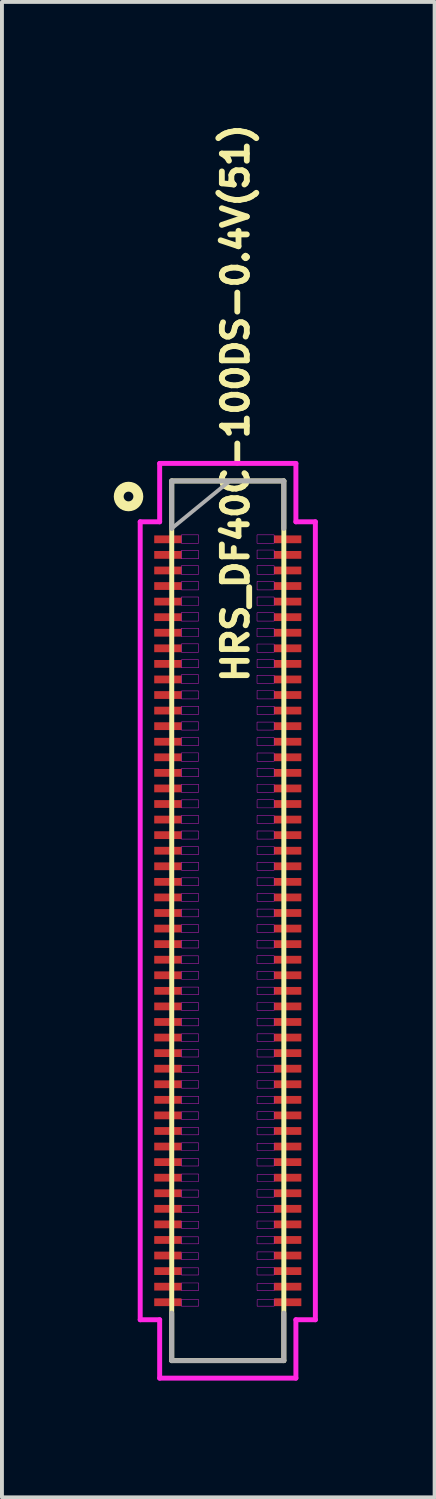
<source format=kicad_pcb>
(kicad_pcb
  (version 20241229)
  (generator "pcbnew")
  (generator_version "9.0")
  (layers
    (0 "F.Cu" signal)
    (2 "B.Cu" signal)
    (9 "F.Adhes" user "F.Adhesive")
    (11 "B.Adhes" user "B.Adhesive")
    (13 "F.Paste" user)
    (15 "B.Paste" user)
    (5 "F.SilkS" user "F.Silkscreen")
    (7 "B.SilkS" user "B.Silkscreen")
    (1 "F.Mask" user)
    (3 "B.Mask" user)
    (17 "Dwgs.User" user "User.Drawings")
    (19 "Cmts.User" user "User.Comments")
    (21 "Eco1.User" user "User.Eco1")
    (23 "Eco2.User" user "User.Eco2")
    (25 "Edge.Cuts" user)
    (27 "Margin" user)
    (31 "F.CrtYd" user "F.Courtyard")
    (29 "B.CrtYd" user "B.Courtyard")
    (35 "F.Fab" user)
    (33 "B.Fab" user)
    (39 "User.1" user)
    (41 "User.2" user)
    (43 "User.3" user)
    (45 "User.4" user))
  (footprint "HRS_DF40C-100DS-0.4V(51)"
    (layer "F.Cu")
    (at 2.852 20.606)
    (property "Reference" "HRS_DF40C-100DS-0.4V(51)" (at 0.15 -13.3 90) (layer "F.SilkS") (effects (font (size 0.641 0.641) (thickness 0.15))))
    (attr through_hole)
    (fp_line (start -1.49 -11.3) (end 1.39 -11.3) (stroke (width 0.127) (type solid)) (layer "F.SilkS"))
    (fp_line (start -1.49 11.3) (end -1.49 -11.3) (stroke (width 0.127) (type solid)) (layer "F.SilkS"))
    (fp_line (start 1.39 -11.3) (end 1.39 11.3) (stroke (width 0.127) (type solid)) (layer "F.SilkS"))
    (fp_line (start 1.39 11.3) (end -1.49 11.3) (stroke (width 0.127) (type solid)) (layer "F.SilkS"))
    (fp_circle (center -2.6 -10.9) (end -2.475 -10.9) (stroke (width 0.254) (type solid)) (fill no) (layer "F.SilkS"))
    (fp_line (start -2.3 -10.25) (end -2.3 10.25) (stroke (width 0.127) (type solid)) (layer "F.CrtYd"))
    (fp_line (start -2.3 10.25) (end -1.8 10.25) (stroke (width 0.127) (type solid)) (layer "F.CrtYd"))
    (fp_line (start -1.8 -11.75) (end -1.8 -10.25) (stroke (width 0.127) (type solid)) (layer "F.CrtYd"))
    (fp_line (start -1.8 -10.25) (end -2.3 -10.25) (stroke (width 0.127) (type solid)) (layer "F.CrtYd"))
    (fp_line (start -1.8 10.25) (end -1.8 11.75) (stroke (width 0.127) (type solid)) (layer "F.CrtYd"))
    (fp_line (start -1.8 11.75) (end 1.7 11.75) (stroke (width 0.127) (type solid)) (layer "F.CrtYd"))
    (fp_line (start 1.7 -11.75) (end -1.8 -11.75) (stroke (width 0.127) (type solid)) (layer "F.CrtYd"))
    (fp_line (start 1.7 -10.25) (end 1.7 -11.75) (stroke (width 0.127) (type solid)) (layer "F.CrtYd"))
    (fp_line (start 1.7 10.25) (end 2.2 10.25) (stroke (width 0.127) (type solid)) (layer "F.CrtYd"))
    (fp_line (start 1.7 11.75) (end 1.7 10.25) (stroke (width 0.127) (type solid)) (layer "F.CrtYd"))
    (fp_line (start 2.2 -10.25) (end 1.7 -10.25) (stroke (width 0.127) (type solid)) (layer "F.CrtYd"))
    (fp_line (start 2.2 10.25) (end 2.2 -10.25) (stroke (width 0.127) (type solid)) (layer "F.CrtYd"))
    (fp_poly (pts (xy -0.8 -9.914) (xy -0.8 -9.7) (xy -1.242 -9.7) (xy -1.242 -9.914)) (stroke (width 0.01) (type solid)) (fill no) (layer "F.CrtYd"))
    (fp_poly (pts (xy -0.8 -9.514) (xy -0.8 -9.3) (xy -1.242 -9.3) (xy -1.242 -9.514)) (stroke (width 0.01) (type solid)) (fill no) (layer "F.CrtYd"))
    (fp_poly (pts (xy -0.8 -9.122) (xy -0.8 -8.9) (xy -1.243 -8.9) (xy -1.243 -9.122)) (stroke (width 0.01) (type solid)) (fill no) (layer "F.CrtYd"))
    (fp_poly (pts (xy -0.8 -8.715) (xy -0.8 -8.5) (xy -1.242 -8.5) (xy -1.242 -8.715)) (stroke (width 0.01) (type solid)) (fill no) (layer "F.CrtYd"))
    (fp_poly (pts (xy -0.8 -8.319) (xy -0.8 -8.1) (xy -1.243 -8.1) (xy -1.243 -8.319)) (stroke (width 0.01) (type solid)) (fill no) (layer "F.CrtYd"))
    (fp_poly (pts (xy -0.8 -7.919) (xy -0.8 -7.7) (xy -1.243 -7.7) (xy -1.243 -7.919)) (stroke (width 0.01) (type solid)) (fill no) (layer "F.CrtYd"))
    (fp_poly (pts (xy -0.8 -7.517) (xy -0.8 -7.3) (xy -1.243 -7.3) (xy -1.243 -7.517)) (stroke (width 0.01) (type solid)) (fill no) (layer "F.CrtYd"))
    (fp_poly (pts (xy -0.8 -7.114) (xy -0.8 -6.9) (xy -1.242 -6.9) (xy -1.242 -7.114)) (stroke (width 0.01) (type solid)) (fill no) (layer "F.CrtYd"))
    (fp_poly (pts (xy -0.8 -6.706) (xy -0.8 -6.5) (xy -1.241 -6.5) (xy -1.241 -6.706)) (stroke (width 0.01) (type solid)) (fill no) (layer "F.CrtYd"))
    (fp_poly (pts (xy -0.8 -6.319) (xy -0.8 -6.1) (xy -1.244 -6.1) (xy -1.244 -6.319)) (stroke (width 0.01) (type solid)) (fill no) (layer "F.CrtYd"))
    (fp_poly (pts (xy -0.8 -5.905) (xy -0.8 -5.7) (xy -1.241 -5.7) (xy -1.241 -5.905)) (stroke (width 0.01) (type solid)) (fill no) (layer "F.CrtYd"))
    (fp_poly (pts (xy -0.8 -5.511) (xy -0.8 -5.3) (xy -1.242 -5.3) (xy -1.242 -5.511)) (stroke (width 0.01) (type solid)) (fill no) (layer "F.CrtYd"))
    (fp_poly (pts (xy -0.8 -5.11) (xy -0.8 -4.9) (xy -1.242 -4.9) (xy -1.242 -5.11)) (stroke (width 0.01) (type solid)) (fill no) (layer "F.CrtYd"))
    (fp_poly (pts (xy -0.8 -4.709) (xy -0.8 -4.5) (xy -1.242 -4.5) (xy -1.242 -4.709)) (stroke (width 0.01) (type solid)) (fill no) (layer "F.CrtYd"))
    (fp_poly (pts (xy -0.8 -4.313) (xy -0.8 -4.1) (xy -1.244 -4.1) (xy -1.244 -4.313)) (stroke (width 0.01) (type solid)) (fill no) (layer "F.CrtYd"))
    (fp_poly (pts (xy -0.8 -3.909) (xy -0.8 -3.7) (xy -1.243 -3.7) (xy -1.243 -3.909)) (stroke (width 0.01) (type solid)) (fill no) (layer "F.CrtYd"))
    (fp_poly (pts (xy -0.8 -3.505) (xy -0.8 -3.3) (xy -1.242 -3.3) (xy -1.242 -3.505)) (stroke (width 0.01) (type solid)) (fill no) (layer "F.CrtYd"))
    (fp_poly (pts (xy -0.8 -3.107) (xy -0.8 -2.9) (xy -1.243 -2.9) (xy -1.243 -3.107)) (stroke (width 0.01) (type solid)) (fill no) (layer "F.CrtYd"))
    (fp_poly (pts (xy -0.8 -2.706) (xy -0.8 -2.5) (xy -1.243 -2.5) (xy -1.243 -2.706)) (stroke (width 0.01) (type solid)) (fill no) (layer "F.CrtYd"))
    (fp_poly (pts (xy -0.8 -2.307) (xy -0.8 -2.1) (xy -1.244 -2.1) (xy -1.244 -2.307)) (stroke (width 0.01) (type solid)) (fill no) (layer "F.CrtYd"))
    (fp_poly (pts (xy -0.8 -1.903) (xy -0.8 -1.7) (xy -1.242 -1.7) (xy -1.242 -1.903)) (stroke (width 0.01) (type solid)) (fill no) (layer "F.CrtYd"))
    (fp_poly (pts (xy -0.8 -1.503) (xy -0.8 -1.3) (xy -1.242 -1.3) (xy -1.242 -1.503)) (stroke (width 0.01) (type solid)) (fill no) (layer "F.CrtYd"))
    (fp_poly (pts (xy -0.8 -1.103) (xy -0.8 -0.9) (xy -1.243 -0.9) (xy -1.243 -1.103)) (stroke (width 0.01) (type solid)) (fill no) (layer "F.CrtYd"))
    (fp_poly (pts (xy -0.8 -0.7) (xy -0.8 -0.5) (xy -1.24 -0.5) (xy -1.24 -0.7)) (stroke (width 0.01) (type solid)) (fill no) (layer "F.CrtYd"))
    (fp_poly (pts (xy -0.8 -0.3) (xy -0.8 -0.1) (xy -1.241 -0.1) (xy -1.241 -0.3)) (stroke (width 0.01) (type solid)) (fill no) (layer "F.CrtYd"))
    (fp_poly (pts (xy -0.8 0.1) (xy -0.8 0.3) (xy -1.243 0.3) (xy -1.243 0.1)) (stroke (width 0.01) (type solid)) (fill no) (layer "F.CrtYd"))
    (fp_poly (pts (xy -0.8 0.501) (xy -0.8 0.7) (xy -1.243 0.7) (xy -1.243 0.501)) (stroke (width 0.01) (type solid)) (fill no) (layer "F.CrtYd"))
    (fp_poly (pts (xy -0.8 0.901) (xy -0.8 1.1) (xy -1.241 1.1) (xy -1.241 0.901)) (stroke (width 0.01) (type solid)) (fill no) (layer "F.CrtYd"))
    (fp_poly (pts (xy -0.8 1.301) (xy -0.8 1.5) (xy -1.241 1.5) (xy -1.241 1.301)) (stroke (width 0.01) (type solid)) (fill no) (layer "F.CrtYd"))
    (fp_poly (pts (xy -0.8 1.703) (xy -0.8 1.9) (xy -1.242 1.9) (xy -1.242 1.703)) (stroke (width 0.01) (type solid)) (fill no) (layer "F.CrtYd"))
    (fp_poly (pts (xy -0.8 2.104) (xy -0.8 2.3) (xy -1.242 2.3) (xy -1.242 2.104)) (stroke (width 0.01) (type solid)) (fill no) (layer "F.CrtYd"))
    (fp_poly (pts (xy -0.8 2.503) (xy -0.8 2.7) (xy -1.241 2.7) (xy -1.241 2.503)) (stroke (width 0.01) (type solid)) (fill no) (layer "F.CrtYd"))
    (fp_poly (pts (xy -0.8 2.905) (xy -0.8 3.1) (xy -1.242 3.1) (xy -1.242 2.905)) (stroke (width 0.01) (type solid)) (fill no) (layer "F.CrtYd"))
    (fp_poly (pts (xy -0.8 3.306) (xy -0.8 3.5) (xy -1.242 3.5) (xy -1.242 3.306)) (stroke (width 0.01) (type solid)) (fill no) (layer "F.CrtYd"))
    (fp_poly (pts (xy -0.8 3.711) (xy -0.8 3.9) (xy -1.243 3.9) (xy -1.243 3.711)) (stroke (width 0.01) (type solid)) (fill no) (layer "F.CrtYd"))
    (fp_poly (pts (xy -0.8 4.105) (xy -0.8 4.3) (xy -1.241 4.3) (xy -1.241 4.105)) (stroke (width 0.01) (type solid)) (fill no) (layer "F.CrtYd"))
    (fp_poly (pts (xy -0.8 4.508) (xy -0.8 4.7) (xy -1.242 4.7) (xy -1.242 4.508)) (stroke (width 0.01) (type solid)) (fill no) (layer "F.CrtYd"))
    (fp_poly (pts (xy -0.8 4.909) (xy -0.8 5.1) (xy -1.242 5.1) (xy -1.242 4.909)) (stroke (width 0.01) (type solid)) (fill no) (layer "F.CrtYd"))
    (fp_poly (pts (xy -0.8 5.31) (xy -0.8 5.5) (xy -1.242 5.5) (xy -1.242 5.31)) (stroke (width 0.01) (type solid)) (fill no) (layer "F.CrtYd"))
    (fp_poly (pts (xy -0.8 5.705) (xy -0.8 5.9) (xy -1.241 5.9) (xy -1.241 5.705)) (stroke (width 0.01) (type solid)) (fill no) (layer "F.CrtYd"))
    (fp_poly (pts (xy -0.8 6.11) (xy -0.8 6.3) (xy -1.242 6.3) (xy -1.242 6.11)) (stroke (width 0.01) (type solid)) (fill no) (layer "F.CrtYd"))
    (fp_poly (pts (xy -0.8 6.506) (xy -0.8 6.7) (xy -1.241 6.7) (xy -1.241 6.506)) (stroke (width 0.01) (type solid)) (fill no) (layer "F.CrtYd"))
    (fp_poly (pts (xy -0.8 6.917) (xy -0.8 7.1) (xy -1.243 7.1) (xy -1.243 6.917)) (stroke (width 0.01) (type solid)) (fill no) (layer "F.CrtYd"))
    (fp_poly (pts (xy -0.8 7.312) (xy -0.8 7.5) (xy -1.242 7.5) (xy -1.242 7.312)) (stroke (width 0.01) (type solid)) (fill no) (layer "F.CrtYd"))
    (fp_poly (pts (xy -0.8 7.719) (xy -0.8 7.9) (xy -1.243 7.9) (xy -1.243 7.719)) (stroke (width 0.01) (type solid)) (fill no) (layer "F.CrtYd"))
    (fp_poly (pts (xy -0.8 8.121) (xy -0.8 8.3) (xy -1.243 8.3) (xy -1.243 8.121)) (stroke (width 0.01) (type solid)) (fill no) (layer "F.CrtYd"))
    (fp_poly (pts (xy -0.8 8.531) (xy -0.8 8.7) (xy -1.244 8.7) (xy -1.244 8.531)) (stroke (width 0.01) (type solid)) (fill no) (layer "F.CrtYd"))
    (fp_poly (pts (xy -0.8 8.917) (xy -0.8 9.1) (xy -1.242 9.1) (xy -1.242 8.917)) (stroke (width 0.01) (type solid)) (fill no) (layer "F.CrtYd"))
    (fp_poly (pts (xy -0.8 9.305) (xy -0.8 9.5) (xy -1.241 9.5) (xy -1.241 9.305)) (stroke (width 0.01) (type solid)) (fill no) (layer "F.CrtYd"))
    (fp_poly (pts (xy -0.8 9.73) (xy -0.8 9.9) (xy -1.244 9.9) (xy -1.244 9.73)) (stroke (width 0.01) (type solid)) (fill no) (layer "F.CrtYd"))
    (fp_poly (pts (xy 1.14 -9.914) (xy 1.14 -9.7) (xy 0.701 -9.7) (xy 0.701 -9.914)) (stroke (width 0.01) (type solid)) (fill no) (layer "F.CrtYd"))
    (fp_poly (pts (xy 1.14 -9.525) (xy 1.14 -9.3) (xy 0.702 -9.3) (xy 0.702 -9.525)) (stroke (width 0.01) (type solid)) (fill no) (layer "F.CrtYd"))
    (fp_poly (pts (xy 1.14 -9.124) (xy 1.14 -8.9) (xy 0.702 -8.9) (xy 0.702 -9.124)) (stroke (width 0.01) (type solid)) (fill no) (layer "F.CrtYd"))
    (fp_poly (pts (xy 1.14 -8.719) (xy 1.14 -8.5) (xy 0.702 -8.5) (xy 0.702 -8.719)) (stroke (width 0.01) (type solid)) (fill no) (layer "F.CrtYd"))
    (fp_poly (pts (xy 1.14 -8.318) (xy 1.14 -8.1) (xy 0.702 -8.1) (xy 0.702 -8.318)) (stroke (width 0.01) (type solid)) (fill no) (layer "F.CrtYd"))
    (fp_poly (pts (xy 1.14 -7.912) (xy 1.14 -7.7) (xy 0.701 -7.7) (xy 0.701 -7.912)) (stroke (width 0.01) (type solid)) (fill no) (layer "F.CrtYd"))
    (fp_poly (pts (xy 1.14 -7.512) (xy 1.14 -7.3) (xy 0.701 -7.3) (xy 0.701 -7.512)) (stroke (width 0.01) (type solid)) (fill no) (layer "F.CrtYd"))
    (fp_poly (pts (xy 1.14 -7.11) (xy 1.14 -6.9) (xy 0.701 -6.9) (xy 0.701 -7.11)) (stroke (width 0.01) (type solid)) (fill no) (layer "F.CrtYd"))
    (fp_poly (pts (xy 1.14 -6.715) (xy 1.14 -6.5) (xy 0.702 -6.5) (xy 0.702 -6.715)) (stroke (width 0.01) (type solid)) (fill no) (layer "F.CrtYd"))
    (fp_poly (pts (xy 1.14 -6.31) (xy 1.14 -6.1) (xy 0.701 -6.1) (xy 0.701 -6.31)) (stroke (width 0.01) (type solid)) (fill no) (layer "F.CrtYd"))
    (fp_poly (pts (xy 1.14 -5.918) (xy 1.14 -5.7) (xy 0.702 -5.7) (xy 0.702 -5.918)) (stroke (width 0.01) (type solid)) (fill no) (layer "F.CrtYd"))
    (fp_poly (pts (xy 1.14 -5.513) (xy 1.14 -5.3) (xy 0.702 -5.3) (xy 0.702 -5.513)) (stroke (width 0.01) (type solid)) (fill no) (layer "F.CrtYd"))
    (fp_poly (pts (xy 1.14 -5.105) (xy 1.14 -4.9) (xy 0.701 -4.9) (xy 0.701 -5.105)) (stroke (width 0.01) (type solid)) (fill no) (layer "F.CrtYd"))
    (fp_poly (pts (xy 1.14 -4.705) (xy 1.14 -4.5) (xy 0.701 -4.5) (xy 0.701 -4.705)) (stroke (width 0.01) (type solid)) (fill no) (layer "F.CrtYd"))
    (fp_poly (pts (xy 1.14 -4.31) (xy 1.14 -4.1) (xy 0.702 -4.1) (xy 0.702 -4.31)) (stroke (width 0.01) (type solid)) (fill no) (layer "F.CrtYd"))
    (fp_poly (pts (xy 1.14 -3.91) (xy 1.14 -3.7) (xy 0.702 -3.7) (xy 0.702 -3.91)) (stroke (width 0.01) (type solid)) (fill no) (layer "F.CrtYd"))
    (fp_poly (pts (xy 1.14 -3.508) (xy 1.14 -3.3) (xy 0.702 -3.3) (xy 0.702 -3.508)) (stroke (width 0.01) (type solid)) (fill no) (layer "F.CrtYd"))
    (fp_poly (pts (xy 1.14 -3.108) (xy 1.14 -2.9) (xy 0.702 -2.9) (xy 0.702 -3.108)) (stroke (width 0.01) (type solid)) (fill no) (layer "F.CrtYd"))
    (fp_poly (pts (xy 1.14 -2.706) (xy 1.14 -2.5) (xy 0.702 -2.5) (xy 0.702 -2.706)) (stroke (width 0.01) (type solid)) (fill no) (layer "F.CrtYd"))
    (fp_poly (pts (xy 1.14 -2.306) (xy 1.14 -2.1) (xy 0.702 -2.1) (xy 0.702 -2.306)) (stroke (width 0.01) (type solid)) (fill no) (layer "F.CrtYd"))
    (fp_poly (pts (xy 1.14 -1.905) (xy 1.14 -1.7) (xy 0.702 -1.7) (xy 0.702 -1.905)) (stroke (width 0.01) (type solid)) (fill no) (layer "F.CrtYd"))
    (fp_poly (pts (xy 1.14 -1.502) (xy 1.14 -1.3) (xy 0.701 -1.3) (xy 0.701 -1.502)) (stroke (width 0.01) (type solid)) (fill no) (layer "F.CrtYd"))
    (fp_poly (pts (xy 1.14 -1.103) (xy 1.14 -0.9) (xy 0.702 -0.9) (xy 0.702 -1.103)) (stroke (width 0.01) (type solid)) (fill no) (layer "F.CrtYd"))
    (fp_poly (pts (xy 1.14 -0.702) (xy 1.14 -0.5) (xy 0.702 -0.5) (xy 0.702 -0.702)) (stroke (width 0.01) (type solid)) (fill no) (layer "F.CrtYd"))
    (fp_poly (pts (xy 1.14 -0.301) (xy 1.14 -0.1) (xy 0.702 -0.1) (xy 0.702 -0.301)) (stroke (width 0.01) (type solid)) (fill no) (layer "F.CrtYd"))
    (fp_poly (pts (xy 1.14 0.1) (xy 1.14 0.3) (xy 0.701 0.3) (xy 0.701 0.1)) (stroke (width 0.01) (type solid)) (fill no) (layer "F.CrtYd"))
    (fp_poly (pts (xy 1.14 0.501) (xy 1.14 0.7) (xy 0.701 0.7) (xy 0.701 0.501)) (stroke (width 0.01) (type solid)) (fill no) (layer "F.CrtYd"))
    (fp_poly (pts (xy 1.14 0.9) (xy 1.14 1.1) (xy 0.7 1.1) (xy 0.7 0.9)) (stroke (width 0.01) (type solid)) (fill no) (layer "F.CrtYd"))
    (fp_poly (pts (xy 1.14 1.301) (xy 1.14 1.5) (xy 0.701 1.5) (xy 0.701 1.301)) (stroke (width 0.01) (type solid)) (fill no) (layer "F.CrtYd"))
    (fp_poly (pts (xy 1.14 1.704) (xy 1.14 1.9) (xy 0.702 1.9) (xy 0.702 1.704)) (stroke (width 0.01) (type solid)) (fill no) (layer "F.CrtYd"))
    (fp_poly (pts (xy 1.14 2.103) (xy 1.14 2.3) (xy 0.701 2.3) (xy 0.701 2.103)) (stroke (width 0.01) (type solid)) (fill no) (layer "F.CrtYd"))
    (fp_poly (pts (xy 1.14 2.507) (xy 1.14 2.7) (xy 0.702 2.7) (xy 0.702 2.507)) (stroke (width 0.01) (type solid)) (fill no) (layer "F.CrtYd"))
    (fp_poly (pts (xy 1.14 2.906) (xy 1.14 3.1) (xy 0.702 3.1) (xy 0.702 2.906)) (stroke (width 0.01) (type solid)) (fill no) (layer "F.CrtYd"))
    (fp_poly (pts (xy 1.14 3.307) (xy 1.14 3.5) (xy 0.702 3.5) (xy 0.702 3.307)) (stroke (width 0.01) (type solid)) (fill no) (layer "F.CrtYd"))
    (fp_poly (pts (xy 1.14 3.708) (xy 1.14 3.9) (xy 0.702 3.9) (xy 0.702 3.708)) (stroke (width 0.01) (type solid)) (fill no) (layer "F.CrtYd"))
    (fp_poly (pts (xy 1.14 4.112) (xy 1.14 4.3) (xy 0.702 4.3) (xy 0.702 4.112)) (stroke (width 0.01) (type solid)) (fill no) (layer "F.CrtYd"))
    (fp_poly (pts (xy 1.14 4.514) (xy 1.14 4.7) (xy 0.702 4.7) (xy 0.702 4.514)) (stroke (width 0.01) (type solid)) (fill no) (layer "F.CrtYd"))
    (fp_poly (pts (xy 1.14 4.908) (xy 1.14 5.1) (xy 0.701 5.1) (xy 0.701 4.908)) (stroke (width 0.01) (type solid)) (fill no) (layer "F.CrtYd"))
    (fp_poly (pts (xy 1.14 5.315) (xy 1.14 5.5) (xy 0.702 5.5) (xy 0.702 5.315)) (stroke (width 0.01) (type solid)) (fill no) (layer "F.CrtYd"))
    (fp_poly (pts (xy 1.14 5.714) (xy 1.14 5.9) (xy 0.702 5.9) (xy 0.702 5.714)) (stroke (width 0.01) (type solid)) (fill no) (layer "F.CrtYd"))
    (fp_poly (pts (xy 1.14 6.108) (xy 1.14 6.3) (xy 0.701 6.3) (xy 0.701 6.108)) (stroke (width 0.01) (type solid)) (fill no) (layer "F.CrtYd"))
    (fp_poly (pts (xy 1.14 6.522) (xy 1.14 6.7) (xy 0.703 6.7) (xy 0.703 6.522)) (stroke (width 0.01) (type solid)) (fill no) (layer "F.CrtYd"))
    (fp_poly (pts (xy 1.14 6.909) (xy 1.14 7.1) (xy 0.701 7.1) (xy 0.701 6.909)) (stroke (width 0.01) (type solid)) (fill no) (layer "F.CrtYd"))
    (fp_poly (pts (xy 1.14 7.312) (xy 1.14 7.5) (xy 0.701 7.5) (xy 0.701 7.312)) (stroke (width 0.01) (type solid)) (fill no) (layer "F.CrtYd"))
    (fp_poly (pts (xy 1.14 7.714) (xy 1.14 7.9) (xy 0.701 7.9) (xy 0.701 7.714)) (stroke (width 0.01) (type solid)) (fill no) (layer "F.CrtYd"))
    (fp_poly (pts (xy 1.14 8.11) (xy 1.14 8.3) (xy 0.701 8.3) (xy 0.701 8.11)) (stroke (width 0.01) (type solid)) (fill no) (layer "F.CrtYd"))
    (fp_poly (pts (xy 1.14 8.508) (xy 1.14 8.7) (xy 0.701 8.7) (xy 0.701 8.508)) (stroke (width 0.01) (type solid)) (fill no) (layer "F.CrtYd"))
    (fp_poly (pts (xy 1.14 8.907) (xy 1.14 9.1) (xy 0.701 9.1) (xy 0.701 8.907)) (stroke (width 0.01) (type solid)) (fill no) (layer "F.CrtYd"))
    (fp_poly (pts (xy 1.14 9.323) (xy 1.14 9.5) (xy 0.702 9.5) (xy 0.702 9.323)) (stroke (width 0.01) (type solid)) (fill no) (layer "F.CrtYd"))
    (fp_poly (pts (xy 1.14 9.734) (xy 1.14 9.9) (xy 0.703 9.9) (xy 0.703 9.734)) (stroke (width 0.01) (type solid)) (fill no) (layer "F.CrtYd"))
    (fp_line (start -1.49 -11.3) (end 1.39 -11.3) (stroke (width 0.127) (type solid)) (layer "F.Fab"))
    (fp_line (start -1.49 -10.08) (end -1.49 -11.3) (stroke (width 0.127) (type solid)) (layer "F.Fab"))
    (fp_line (start -1.49 11.3) (end -1.49 10.08) (stroke (width 0.127) (type solid)) (layer "F.Fab"))
    (fp_line (start 1.39 -11.3) (end 1.39 -10.08) (stroke (width 0.127) (type solid)) (layer "F.Fab"))
    (fp_line (start 1.39 10.08) (end 1.39 11.3) (stroke (width 0.127) (type solid)) (layer "F.Fab"))
    (fp_line (start 1.39 11.3) (end -1.49 11.3) (stroke (width 0.127) (type solid)) (layer "F.Fab"))
    (fp_poly (pts (xy -1.49 -10.08) (xy -1.49 -11.3) (xy 0 -11.3)) (stroke (width 0.1) (type solid)) (fill no) (layer "F.Fab"))
    (pad "1" smd rect (at -1.59 -9.8 90) (size 0.2 0.7) (layers "F.Cu" "F.Mask" "F.Paste"))
    (pad "2" smd rect (at 1.49 -9.8 270) (size 0.2 0.7) (layers "F.Cu" "F.Mask" "F.Paste"))
    (pad "3" smd rect (at -1.59 -9.4 90) (size 0.2 0.7) (layers "F.Cu" "F.Mask" "F.Paste"))
    (pad "4" smd rect (at 1.49 -9.4 270) (size 0.2 0.7) (layers "F.Cu" "F.Mask" "F.Paste"))
    (pad "5" smd rect (at -1.59 -9 90) (size 0.2 0.7) (layers "F.Cu" "F.Mask" "F.Paste"))
    (pad "6" smd rect (at 1.49 -9 270) (size 0.2 0.7) (layers "F.Cu" "F.Mask" "F.Paste"))
    (pad "7" smd rect (at -1.59 -8.6 90) (size 0.2 0.7) (layers "F.Cu" "F.Mask" "F.Paste"))
    (pad "8" smd rect (at 1.49 -8.6 270) (size 0.2 0.7) (layers "F.Cu" "F.Mask" "F.Paste"))
    (pad "9" smd rect (at -1.59 -8.2 90) (size 0.2 0.7) (layers "F.Cu" "F.Mask" "F.Paste"))
    (pad "10" smd rect (at 1.49 -8.2 270) (size 0.2 0.7) (layers "F.Cu" "F.Mask" "F.Paste"))
    (pad "11" smd rect (at -1.59 -7.8 90) (size 0.2 0.7) (layers "F.Cu" "F.Mask" "F.Paste"))
    (pad "12" smd rect (at 1.49 -7.8 270) (size 0.2 0.7) (layers "F.Cu" "F.Mask" "F.Paste"))
    (pad "13" smd rect (at -1.59 -7.4 90) (size 0.2 0.7) (layers "F.Cu" "F.Mask" "F.Paste"))
    (pad "14" smd rect (at 1.49 -7.4 270) (size 0.2 0.7) (layers "F.Cu" "F.Mask" "F.Paste"))
    (pad "15" smd rect (at -1.59 -7 90) (size 0.2 0.7) (layers "F.Cu" "F.Mask" "F.Paste"))
    (pad "16" smd rect (at 1.49 -7 270) (size 0.2 0.7) (layers "F.Cu" "F.Mask" "F.Paste"))
    (pad "17" smd rect (at -1.59 -6.6 90) (size 0.2 0.7) (layers "F.Cu" "F.Mask" "F.Paste"))
    (pad "18" smd rect (at 1.49 -6.6 270) (size 0.2 0.7) (layers "F.Cu" "F.Mask" "F.Paste"))
    (pad "19" smd rect (at -1.59 -6.2 90) (size 0.2 0.7) (layers "F.Cu" "F.Mask" "F.Paste"))
    (pad "20" smd rect (at 1.49 -6.2 270) (size 0.2 0.7) (layers "F.Cu" "F.Mask" "F.Paste"))
    (pad "21" smd rect (at -1.59 -5.8 90) (size 0.2 0.7) (layers "F.Cu" "F.Mask" "F.Paste"))
    (pad "22" smd rect (at 1.49 -5.8 270) (size 0.2 0.7) (layers "F.Cu" "F.Mask" "F.Paste"))
    (pad "23" smd rect (at -1.59 -5.4 90) (size 0.2 0.7) (layers "F.Cu" "F.Mask" "F.Paste"))
    (pad "24" smd rect (at 1.49 -5.4 270) (size 0.2 0.7) (layers "F.Cu" "F.Mask" "F.Paste"))
    (pad "25" smd rect (at -1.59 -5 90) (size 0.2 0.7) (layers "F.Cu" "F.Mask" "F.Paste"))
    (pad "26" smd rect (at 1.49 -5 270) (size 0.2 0.7) (layers "F.Cu" "F.Mask" "F.Paste"))
    (pad "27" smd rect (at -1.59 -4.6 90) (size 0.2 0.7) (layers "F.Cu" "F.Mask" "F.Paste"))
    (pad "28" smd rect (at 1.49 -4.6 270) (size 0.2 0.7) (layers "F.Cu" "F.Mask" "F.Paste"))
    (pad "29" smd rect (at -1.59 -4.2 90) (size 0.2 0.7) (layers "F.Cu" "F.Mask" "F.Paste"))
    (pad "30" smd rect (at 1.49 -4.2 270) (size 0.2 0.7) (layers "F.Cu" "F.Mask" "F.Paste"))
    (pad "31" smd rect (at -1.59 -3.8 90) (size 0.2 0.7) (layers "F.Cu" "F.Mask" "F.Paste"))
    (pad "32" smd rect (at 1.49 -3.8 270) (size 0.2 0.7) (layers "F.Cu" "F.Mask" "F.Paste"))
    (pad "33" smd rect (at -1.59 -3.4 90) (size 0.2 0.7) (layers "F.Cu" "F.Mask" "F.Paste"))
    (pad "34" smd rect (at 1.49 -3.4 270) (size 0.2 0.7) (layers "F.Cu" "F.Mask" "F.Paste"))
    (pad "35" smd rect (at -1.59 -3 90) (size 0.2 0.7) (layers "F.Cu" "F.Mask" "F.Paste"))
    (pad "36" smd rect (at 1.49 -3 270) (size 0.2 0.7) (layers "F.Cu" "F.Mask" "F.Paste"))
    (pad "37" smd rect (at -1.59 -2.6 90) (size 0.2 0.7) (layers "F.Cu" "F.Mask" "F.Paste"))
    (pad "38" smd rect (at 1.49 -2.6 270) (size 0.2 0.7) (layers "F.Cu" "F.Mask" "F.Paste"))
    (pad "39" smd rect (at -1.59 -2.2 90) (size 0.2 0.7) (layers "F.Cu" "F.Mask" "F.Paste"))
    (pad "40" smd rect (at 1.49 -2.2 270) (size 0.2 0.7) (layers "F.Cu" "F.Mask" "F.Paste"))
    (pad "41" smd rect (at -1.59 -1.8 90) (size 0.2 0.7) (layers "F.Cu" "F.Mask" "F.Paste"))
    (pad "42" smd rect (at 1.49 -1.8 270) (size 0.2 0.7) (layers "F.Cu" "F.Mask" "F.Paste"))
    (pad "43" smd rect (at -1.59 -1.4 90) (size 0.2 0.7) (layers "F.Cu" "F.Mask" "F.Paste"))
    (pad "44" smd rect (at 1.49 -1.4 270) (size 0.2 0.7) (layers "F.Cu" "F.Mask" "F.Paste"))
    (pad "45" smd rect (at -1.59 -1 90) (size 0.2 0.7) (layers "F.Cu" "F.Mask" "F.Paste"))
    (pad "46" smd rect (at 1.49 -1 270) (size 0.2 0.7) (layers "F.Cu" "F.Mask" "F.Paste"))
    (pad "47" smd rect (at -1.59 -0.6 90) (size 0.2 0.7) (layers "F.Cu" "F.Mask" "F.Paste"))
    (pad "48" smd rect (at 1.49 -0.6 270) (size 0.2 0.7) (layers "F.Cu" "F.Mask" "F.Paste"))
    (pad "49" smd rect (at -1.59 -0.2 90) (size 0.2 0.7) (layers "F.Cu" "F.Mask" "F.Paste"))
    (pad "50" smd rect (at 1.49 -0.2 270) (size 0.2 0.7) (layers "F.Cu" "F.Mask" "F.Paste"))
    (pad "51" smd rect (at -1.59 0.2 90) (size 0.2 0.7) (layers "F.Cu" "F.Mask" "F.Paste"))
    (pad "52" smd rect (at 1.49 0.2 270) (size 0.2 0.7) (layers "F.Cu" "F.Mask" "F.Paste"))
    (pad "53" smd rect (at -1.59 0.6 90) (size 0.2 0.7) (layers "F.Cu" "F.Mask" "F.Paste"))
    (pad "54" smd rect (at 1.49 0.6 270) (size 0.2 0.7) (layers "F.Cu" "F.Mask" "F.Paste"))
    (pad "55" smd rect (at -1.59 1 90) (size 0.2 0.7) (layers "F.Cu" "F.Mask" "F.Paste"))
    (pad "56" smd rect (at 1.49 1 270) (size 0.2 0.7) (layers "F.Cu" "F.Mask" "F.Paste"))
    (pad "57" smd rect (at -1.59 1.4 90) (size 0.2 0.7) (layers "F.Cu" "F.Mask" "F.Paste"))
    (pad "58" smd rect (at 1.49 1.4 270) (size 0.2 0.7) (layers "F.Cu" "F.Mask" "F.Paste"))
    (pad "59" smd rect (at -1.59 1.8 90) (size 0.2 0.7) (layers "F.Cu" "F.Mask" "F.Paste"))
    (pad "60" smd rect (at 1.49 1.8 270) (size 0.2 0.7) (layers "F.Cu" "F.Mask" "F.Paste"))
    (pad "61" smd rect (at -1.59 2.2 90) (size 0.2 0.7) (layers "F.Cu" "F.Mask" "F.Paste"))
    (pad "62" smd rect (at 1.49 2.2 270) (size 0.2 0.7) (layers "F.Cu" "F.Mask" "F.Paste"))
    (pad "63" smd rect (at -1.59 2.6 90) (size 0.2 0.7) (layers "F.Cu" "F.Mask" "F.Paste"))
    (pad "64" smd rect (at 1.49 2.6 270) (size 0.2 0.7) (layers "F.Cu" "F.Mask" "F.Paste"))
    (pad "65" smd rect (at -1.59 3 90) (size 0.2 0.7) (layers "F.Cu" "F.Mask" "F.Paste"))
    (pad "66" smd rect (at 1.49 3 270) (size 0.2 0.7) (layers "F.Cu" "F.Mask" "F.Paste"))
    (pad "67" smd rect (at -1.59 3.4 90) (size 0.2 0.7) (layers "F.Cu" "F.Mask" "F.Paste"))
    (pad "68" smd rect (at 1.49 3.4 270) (size 0.2 0.7) (layers "F.Cu" "F.Mask" "F.Paste"))
    (pad "69" smd rect (at -1.59 3.8 90) (size 0.2 0.7) (layers "F.Cu" "F.Mask" "F.Paste"))
    (pad "70" smd rect (at 1.49 3.8 270) (size 0.2 0.7) (layers "F.Cu" "F.Mask" "F.Paste"))
    (pad "71" smd rect (at -1.59 4.2 90) (size 0.2 0.7) (layers "F.Cu" "F.Mask" "F.Paste"))
    (pad "72" smd rect (at 1.49 4.2 270) (size 0.2 0.7) (layers "F.Cu" "F.Mask" "F.Paste"))
    (pad "73" smd rect (at -1.59 4.6 90) (size 0.2 0.7) (layers "F.Cu" "F.Mask" "F.Paste"))
    (pad "74" smd rect (at 1.49 4.6 270) (size 0.2 0.7) (layers "F.Cu" "F.Mask" "F.Paste"))
    (pad "75" smd rect (at -1.59 5 90) (size 0.2 0.7) (layers "F.Cu" "F.Mask" "F.Paste"))
    (pad "76" smd rect (at 1.49 5 270) (size 0.2 0.7) (layers "F.Cu" "F.Mask" "F.Paste"))
    (pad "77" smd rect (at -1.59 5.4 90) (size 0.2 0.7) (layers "F.Cu" "F.Mask" "F.Paste"))
    (pad "78" smd rect (at 1.49 5.4 270) (size 0.2 0.7) (layers "F.Cu" "F.Mask" "F.Paste"))
    (pad "79" smd rect (at -1.59 5.8 90) (size 0.2 0.7) (layers "F.Cu" "F.Mask" "F.Paste"))
    (pad "80" smd rect (at 1.49 5.8 270) (size 0.2 0.7) (layers "F.Cu" "F.Mask" "F.Paste"))
    (pad "81" smd rect (at -1.59 6.2 90) (size 0.2 0.7) (layers "F.Cu" "F.Mask" "F.Paste"))
    (pad "82" smd rect (at 1.49 6.2 270) (size 0.2 0.7) (layers "F.Cu" "F.Mask" "F.Paste"))
    (pad "83" smd rect (at -1.59 6.6 90) (size 0.2 0.7) (layers "F.Cu" "F.Mask" "F.Paste"))
    (pad "84" smd rect (at 1.49 6.6 270) (size 0.2 0.7) (layers "F.Cu" "F.Mask" "F.Paste"))
    (pad "85" smd rect (at -1.59 7 90) (size 0.2 0.7) (layers "F.Cu" "F.Mask" "F.Paste"))
    (pad "86" smd rect (at 1.49 7 270) (size 0.2 0.7) (layers "F.Cu" "F.Mask" "F.Paste"))
    (pad "87" smd rect (at -1.59 7.4 90) (size 0.2 0.7) (layers "F.Cu" "F.Mask" "F.Paste"))
    (pad "88" smd rect (at 1.49 7.4 270) (size 0.2 0.7) (layers "F.Cu" "F.Mask" "F.Paste"))
    (pad "89" smd rect (at -1.59 7.8 90) (size 0.2 0.7) (layers "F.Cu" "F.Mask" "F.Paste"))
    (pad "90" smd rect (at 1.49 7.8 270) (size 0.2 0.7) (layers "F.Cu" "F.Mask" "F.Paste"))
    (pad "91" smd rect (at -1.59 8.2 90) (size 0.2 0.7) (layers "F.Cu" "F.Mask" "F.Paste"))
    (pad "92" smd rect (at 1.49 8.2 270) (size 0.2 0.7) (layers "F.Cu" "F.Mask" "F.Paste"))
    (pad "93" smd rect (at -1.59 8.6 90) (size 0.2 0.7) (layers "F.Cu" "F.Mask" "F.Paste"))
    (pad "94" smd rect (at 1.49 8.6 270) (size 0.2 0.7) (layers "F.Cu" "F.Mask" "F.Paste"))
    (pad "95" smd rect (at -1.59 9 90) (size 0.2 0.7) (layers "F.Cu" "F.Mask" "F.Paste"))
    (pad "96" smd rect (at 1.49 9 270) (size 0.2 0.7) (layers "F.Cu" "F.Mask" "F.Paste"))
    (pad "97" smd rect (at -1.59 9.4 90) (size 0.2 0.7) (layers "F.Cu" "F.Mask" "F.Paste"))
    (pad "98" smd rect (at 1.49 9.4 270) (size 0.2 0.7) (layers "F.Cu" "F.Mask" "F.Paste"))
    (pad "99" smd rect (at -1.59 9.8 90) (size 0.2 0.7) (layers "F.Cu" "F.Mask" "F.Paste"))
    (pad "100" smd rect (at 1.49 9.8 270) (size 0.2 0.7) (layers "F.Cu" "F.Mask" "F.Paste")))
  (gr_rect
    (start -3 -3)
    (end 8.116 35.419)
    (stroke (width 0.1) (type default))
    (fill no)
    (layer "Edge.Cuts")))
</source>
